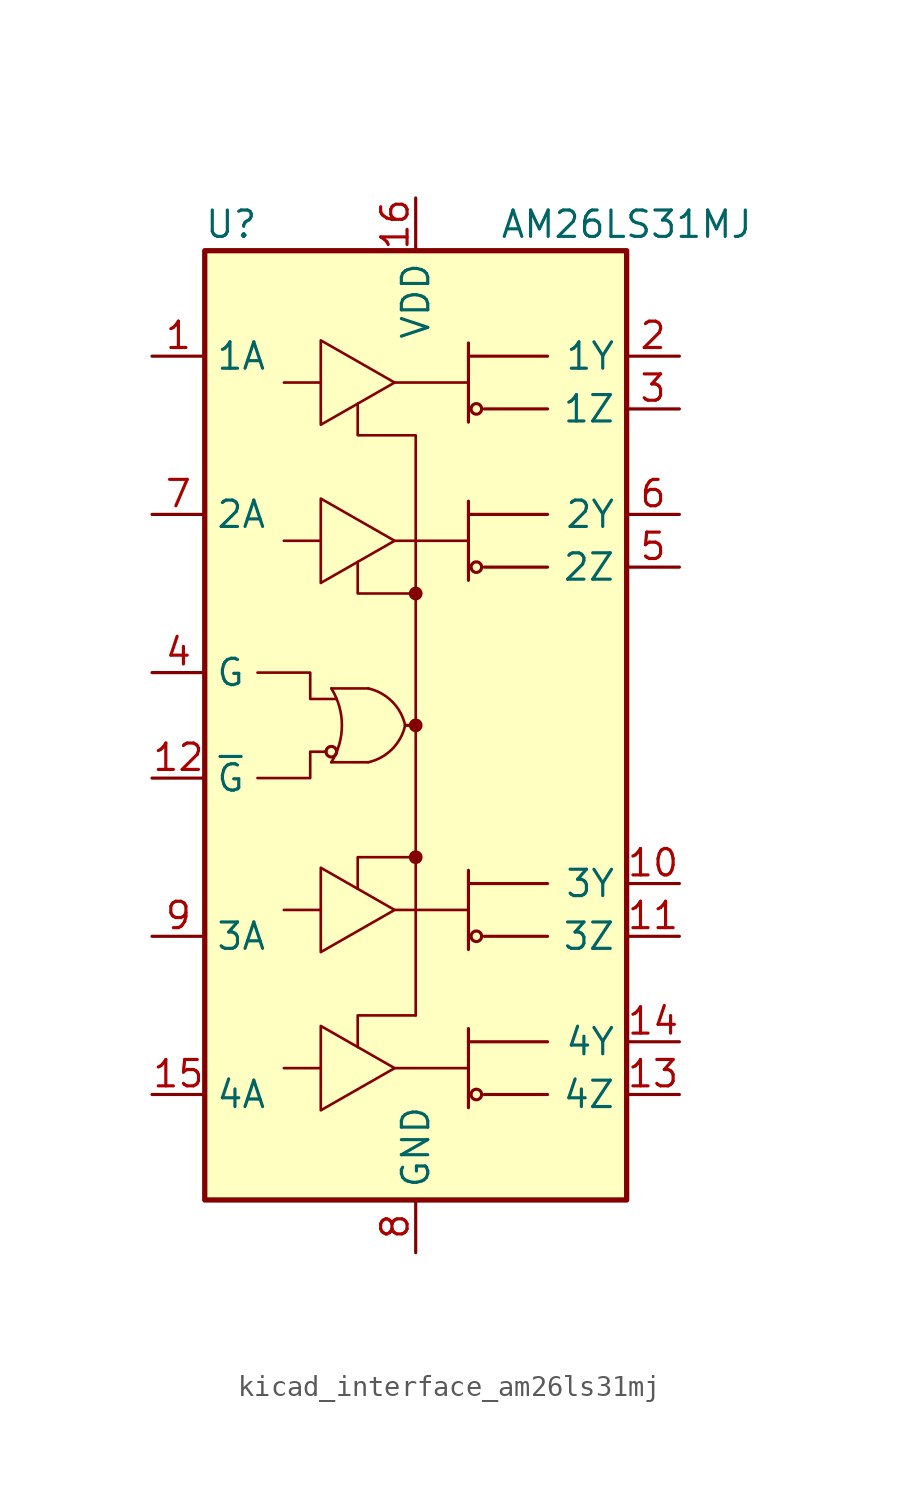
<source format=kicad_sym>
(kicad_symbol_lib
  (version 20220914)
  (generator kicad_symbol_editor)
  (symbol "kicad_interface_am26ls31mj"
    (property "Reference" "U"
      (at -8.89 24.13 0)
      (effects (font (size 1.27 1.27))))
    (property "Value" "AM26LS31MJ"
      (at 10.16 24.13 0)
      (effects (font (size 1.27 1.27))))
    (symbol "kicad_interface_am26ls31mj_0_1"
      (rectangle (start -10.16 22.86) (end 10.16 -22.86) (stroke (width 0.254) (type default)) (fill (type background)))
      (arc (start -4.064 -1.778) (mid -3.5541 0) (end -4.064 1.778) (stroke (width 0.127) (type default)) (fill (type none)))
      (circle (center -4.064 -1.27) (radius 0.254) (stroke (width 0) (type default)) (fill (type none)))
      (arc (start -2.286 -1.778) (mid -1.1381 -1.1479) (end -0.508 0) (stroke (width 0.127) (type default)) (fill (type none)))
      (arc (start -0.508 0) (mid -1.1381 1.1479) (end -2.286 1.778) (stroke (width 0.127) (type default)) (fill (type none)))
      (circle (center 0 -6.35) (radius 0.254) (stroke (width 0) (type default)) (fill (type outline)))
      (polyline (pts (xy -4.064 -1.778) (xy -2.286 -1.778)) (stroke (width 0.127) (type default)) (fill (type none)))
      (polyline (pts (xy -2.286 1.778) (xy -4.064 1.778)) (stroke (width 0.127) (type default)) (fill (type none)))
      (polyline (pts (xy -1.016 -16.51) (xy 2.54 -16.51)) (stroke (width 0.127) (type default)) (fill (type none)))
      (polyline (pts (xy -1.016 -8.89) (xy 2.54 -8.89)) (stroke (width 0.127) (type default)) (fill (type none)))
      (polyline (pts (xy -1.016 8.89) (xy 2.54 8.89)) (stroke (width 0.127) (type default)) (fill (type none)))
      (polyline (pts (xy -1.016 16.51) (xy 2.54 16.51)) (stroke (width 0.127) (type default)) (fill (type none)))
      (polyline (pts (xy -0.508 0) (xy 0 0)) (stroke (width 0) (type default)) (fill (type none)))
      (polyline (pts (xy 0 0) (xy 0 -13.97)) (stroke (width 0.127) (type default)) (fill (type none)))
      (polyline (pts (xy 0 6.35) (xy 0 0)) (stroke (width 0.127) (type default)) (fill (type none)))
      (polyline (pts (xy 2.54 -18.415) (xy 2.54 -14.605)) (stroke (width 0.152) (type default)) (fill (type none)))
      (polyline (pts (xy 2.54 -15.24) (xy 6.35 -15.24)) (stroke (width 0.152) (type default)) (fill (type none)))
      (polyline (pts (xy 2.54 -10.795) (xy 2.54 -6.985)) (stroke (width 0.152) (type default)) (fill (type none)))
      (polyline (pts (xy 2.54 -7.62) (xy 6.35 -7.62)) (stroke (width 0.152) (type default)) (fill (type none)))
      (polyline (pts (xy 2.54 6.985) (xy 2.54 10.795)) (stroke (width 0.152) (type default)) (fill (type none)))
      (polyline (pts (xy 2.54 10.16) (xy 6.35 10.16)) (stroke (width 0.152) (type default)) (fill (type none)))
      (polyline (pts (xy 2.54 14.605) (xy 2.54 18.415)) (stroke (width 0.152) (type default)) (fill (type none)))
      (polyline (pts (xy 2.54 17.78) (xy 6.35 17.78)) (stroke (width 0.152) (type default)) (fill (type none)))
      (polyline (pts (xy 6.35 -17.78) (xy 3.302 -17.78)) (stroke (width 0.152) (type default)) (fill (type none)))
      (polyline (pts (xy 6.35 -10.16) (xy 3.302 -10.16)) (stroke (width 0.152) (type default)) (fill (type none)))
      (polyline (pts (xy 6.35 7.62) (xy 3.302 7.62)) (stroke (width 0.152) (type default)) (fill (type none)))
      (polyline (pts (xy 6.35 15.24) (xy 3.302 15.24)) (stroke (width 0.152) (type default)) (fill (type none)))
      (polyline (pts (xy 0 -13.97) (xy -2.794 -13.97) (xy -2.794 -15.494)) (stroke (width 0.127) (type default)) (fill (type none)))
      (polyline (pts (xy 0 -6.35) (xy -2.794 -6.35) (xy -2.794 -7.874)) (stroke (width 0.127) (type default)) (fill (type none)))
      (polyline (pts (xy 0 6.35) (xy -2.794 6.35) (xy -2.794 7.874)) (stroke (width 0.127) (type default)) (fill (type none)))
      (polyline (pts (xy -7.62 2.54) (xy -5.08 2.54) (xy -5.08 1.27) (xy -3.81 1.27)) (stroke (width 0.127) (type default)) (fill (type none)))
      (polyline (pts (xy -4.572 18.542) (xy -4.572 14.478) (xy -1.016 16.51) (xy -4.572 18.542)) (stroke (width 0.127) (type default)) (fill (type none)))
      (polyline (pts (xy -4.318 -1.27) (xy -5.08 -1.27) (xy -5.08 -2.54) (xy -7.62 -2.54)) (stroke (width 0.127) (type default)) (fill (type none)))
      (polyline (pts (xy 0 6.35) (xy 0 13.97) (xy -2.794 13.97) (xy -2.794 15.494)) (stroke (width 0.127) (type default)) (fill (type none)))
      (circle (center 0 0) (radius 0.254) (stroke (width 0) (type default)) (fill (type outline)))
      (circle (center 0 6.35) (radius 0.254) (stroke (width 0) (type default)) (fill (type outline)))
      (circle (center 2.921 -17.78) (radius 0.254) (stroke (width 0) (type default)) (fill (type none)))
      (circle (center 2.921 -10.16) (radius 0.254) (stroke (width 0) (type default)) (fill (type none)))
      (circle (center 2.921 7.62) (radius 0.254) (stroke (width 0) (type default)) (fill (type none)))
      (circle (center 2.921 15.24) (radius 0.254) (stroke (width 0) (type default)) (fill (type none))))
    (symbol "kicad_interface_am26ls31mj_1_1"
      (polyline (pts (xy -6.35 -16.51) (xy -4.572 -16.51)) (stroke (width 0.127) (type default)) (fill (type none)))
      (polyline (pts (xy -6.35 -8.89) (xy -4.572 -8.89)) (stroke (width 0.127) (type default)) (fill (type none)))
      (polyline (pts (xy -6.35 8.89) (xy -4.572 8.89)) (stroke (width 0.127) (type default)) (fill (type none)))
      (polyline (pts (xy -6.35 16.51) (xy -4.572 16.51)) (stroke (width 0.127) (type default)) (fill (type none)))
      (polyline (pts (xy -4.572 -14.478) (xy -4.572 -18.542) (xy -1.016 -16.51) (xy -4.572 -14.478)) (stroke (width 0.127) (type default)) (fill (type none)))
      (polyline (pts (xy -4.572 -6.858) (xy -4.572 -10.922) (xy -1.016 -8.89) (xy -4.572 -6.858)) (stroke (width 0.127) (type default)) (fill (type none)))
      (polyline (pts (xy -4.572 10.922) (xy -4.572 6.858) (xy -1.016 8.89) (xy -4.572 10.922)) (stroke (width 0.127) (type default)) (fill (type none)))
      (pin input line (at -12.7 17.78 0) (length 2.54) (name "1A" (effects (font (size 1.27 1.27)))) (number "1" (effects (font (size 1.27 1.27)))))
      (pin tri_state line (at 12.7 -7.62 180) (length 2.54) (name "3Y" (effects (font (size 1.27 1.27)))) (number "10" (effects (font (size 1.27 1.27)))))
      (pin tri_state line (at 12.7 -10.16 180) (length 2.54) (name "3Z" (effects (font (size 1.27 1.27)))) (number "11" (effects (font (size 1.27 1.27)))))
      (pin input line (at -12.7 -2.54 0) (length 2.54) (name "~{G}" (effects (font (size 1.27 1.27)))) (number "12" (effects (font (size 1.27 1.27)))))
      (pin tri_state line (at 12.7 -17.78 180) (length 2.54) (name "4Z" (effects (font (size 1.27 1.27)))) (number "13" (effects (font (size 1.27 1.27)))))
      (pin tri_state line (at 12.7 -15.24 180) (length 2.54) (name "4Y" (effects (font (size 1.27 1.27)))) (number "14" (effects (font (size 1.27 1.27)))))
      (pin input line (at -12.7 -17.78 0) (length 2.54) (name "4A" (effects (font (size 1.27 1.27)))) (number "15" (effects (font (size 1.27 1.27)))))
      (pin power_in line (at 0 25.4 270) (length 2.54) (name "VDD" (effects (font (size 1.27 1.27)))) (number "16" (effects (font (size 1.27 1.27)))))
      (pin tri_state line (at 12.7 17.78 180) (length 2.54) (name "1Y" (effects (font (size 1.27 1.27)))) (number "2" (effects (font (size 1.27 1.27)))))
      (pin tri_state line (at 12.7 15.24 180) (length 2.54) (name "1Z" (effects (font (size 1.27 1.27)))) (number "3" (effects (font (size 1.27 1.27)))))
      (pin input line (at -12.7 2.54 0) (length 2.54) (name "G" (effects (font (size 1.27 1.27)))) (number "4" (effects (font (size 1.27 1.27)))))
      (pin tri_state line (at 12.7 7.62 180) (length 2.54) (name "2Z" (effects (font (size 1.27 1.27)))) (number "5" (effects (font (size 1.27 1.27)))))
      (pin tri_state line (at 12.7 10.16 180) (length 2.54) (name "2Y" (effects (font (size 1.27 1.27)))) (number "6" (effects (font (size 1.27 1.27)))))
      (pin input line (at -12.7 10.16 0) (length 2.54) (name "2A" (effects (font (size 1.27 1.27)))) (number "7" (effects (font (size 1.27 1.27)))))
      (pin power_in line (at 0 -25.4 90) (length 2.54) (name "GND" (effects (font (size 1.27 1.27)))) (number "8" (effects (font (size 1.27 1.27)))))
      (pin input line (at -12.7 -10.16 0) (length 2.54) (name "3A" (effects (font (size 1.27 1.27)))) (number "9" (effects (font (size 1.27 1.27))))))))
</source>
